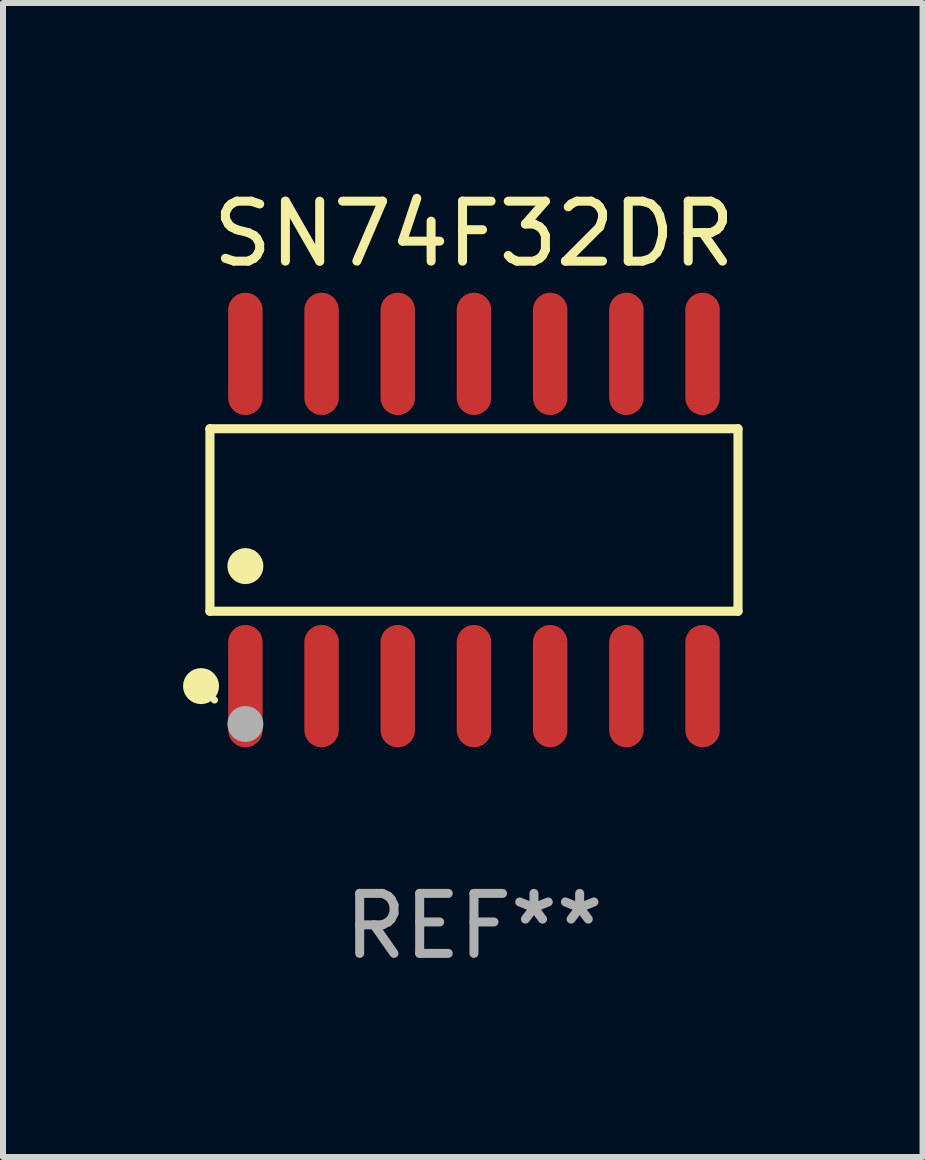
<source format=kicad_pcb>
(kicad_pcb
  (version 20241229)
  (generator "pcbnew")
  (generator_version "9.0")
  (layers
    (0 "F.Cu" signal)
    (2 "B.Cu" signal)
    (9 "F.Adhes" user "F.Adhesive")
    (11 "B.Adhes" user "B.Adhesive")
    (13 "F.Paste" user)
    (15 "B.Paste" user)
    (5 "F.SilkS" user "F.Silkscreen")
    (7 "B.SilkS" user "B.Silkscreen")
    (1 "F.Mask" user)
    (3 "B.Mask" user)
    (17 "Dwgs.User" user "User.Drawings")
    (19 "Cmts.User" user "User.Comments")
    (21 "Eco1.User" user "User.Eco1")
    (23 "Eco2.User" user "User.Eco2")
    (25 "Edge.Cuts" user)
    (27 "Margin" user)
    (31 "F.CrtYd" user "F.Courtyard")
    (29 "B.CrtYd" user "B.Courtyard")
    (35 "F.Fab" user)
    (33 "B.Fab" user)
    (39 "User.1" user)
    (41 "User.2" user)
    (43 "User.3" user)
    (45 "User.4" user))
  (footprint "SN74F32DR"
    (layer "F.Cu")
    (at 4.85 5.617)
    (property "Reference" "SN74F32DR" (at 0 -4.769 0) (layer "F.SilkS") (effects (font (size 1 1) (thickness 0.15))))
    (attr through_hole)
    (fp_line (start -4.401 -1.521) (end 4.401 -1.521) (stroke (width 0.152) (type solid)) (layer "F.SilkS"))
    (fp_line (start -4.401 1.521) (end -4.401 -1.521) (stroke (width 0.152) (type solid)) (layer "F.SilkS"))
    (fp_line (start 4.401 -1.521) (end 4.401 1.521) (stroke (width 0.152) (type solid)) (layer "F.SilkS"))
    (fp_line (start 4.401 1.521) (end -4.401 1.521) (stroke (width 0.152) (type solid)) (layer "F.SilkS"))
    (fp_circle (center -4.549 2.769) (end -4.399 2.769) (stroke (width 0.3) (type solid)) (fill no) (layer "F.SilkS"))
    (fp_circle (center -4.325 3) (end -4.295 3) (stroke (width 0.06) (type solid)) (fill no) (layer "F.SilkS"))
    (fp_circle (center -3.81 0.769) (end -3.66 0.769) (stroke (width 0.3) (type solid)) (fill no) (layer "F.SilkS"))
    (fp_circle (center -3.81 3.4) (end -3.66 3.4) (stroke (width 0.3) (type solid)) (fill no) (layer "F.Fab"))
    (fp_text user "REF**" (at 0 6.769 0) (layer "F.Fab") (effects (font (size 1 1) (thickness 0.15))))
    (pad "1" smd oval (at -3.81 2.769) (size 0.574 2.038) (layers "F.Cu" "F.Mask" "F.Paste"))
    (pad "2" smd oval (at -2.54 2.769) (size 0.574 2.038) (layers "F.Cu" "F.Mask" "F.Paste"))
    (pad "3" smd oval (at -1.27 2.769) (size 0.574 2.038) (layers "F.Cu" "F.Mask" "F.Paste"))
    (pad "4" smd oval (at 0 2.769) (size 0.574 2.038) (layers "F.Cu" "F.Mask" "F.Paste"))
    (pad "5" smd oval (at 1.27 2.769) (size 0.574 2.038) (layers "F.Cu" "F.Mask" "F.Paste"))
    (pad "6" smd oval (at 2.54 2.769) (size 0.574 2.038) (layers "F.Cu" "F.Mask" "F.Paste"))
    (pad "7" smd oval (at 3.81 2.769) (size 0.574 2.038) (layers "F.Cu" "F.Mask" "F.Paste"))
    (pad "8" smd oval (at 3.81 -2.769) (size 0.574 2.038) (layers "F.Cu" "F.Mask" "F.Paste"))
    (pad "9" smd oval (at 2.54 -2.769) (size 0.574 2.038) (layers "F.Cu" "F.Mask" "F.Paste"))
    (pad "10" smd oval (at 1.27 -2.769) (size 0.574 2.038) (layers "F.Cu" "F.Mask" "F.Paste"))
    (pad "11" smd oval (at 0 -2.769) (size 0.574 2.038) (layers "F.Cu" "F.Mask" "F.Paste"))
    (pad "12" smd oval (at -1.27 -2.769) (size 0.574 2.038) (layers "F.Cu" "F.Mask" "F.Paste"))
    (pad "13" smd oval (at -2.54 -2.769) (size 0.574 2.038) (layers "F.Cu" "F.Mask" "F.Paste"))
    (pad "14" smd oval (at -3.81 -2.769) (size 0.574 2.038) (layers "F.Cu" "F.Mask" "F.Paste")))
  (gr_rect
    (start -3 -3)
    (end 12.327 16.235)
    (stroke (width 0.1) (type default))
    (fill no)
    (layer "Edge.Cuts")))
</source>
